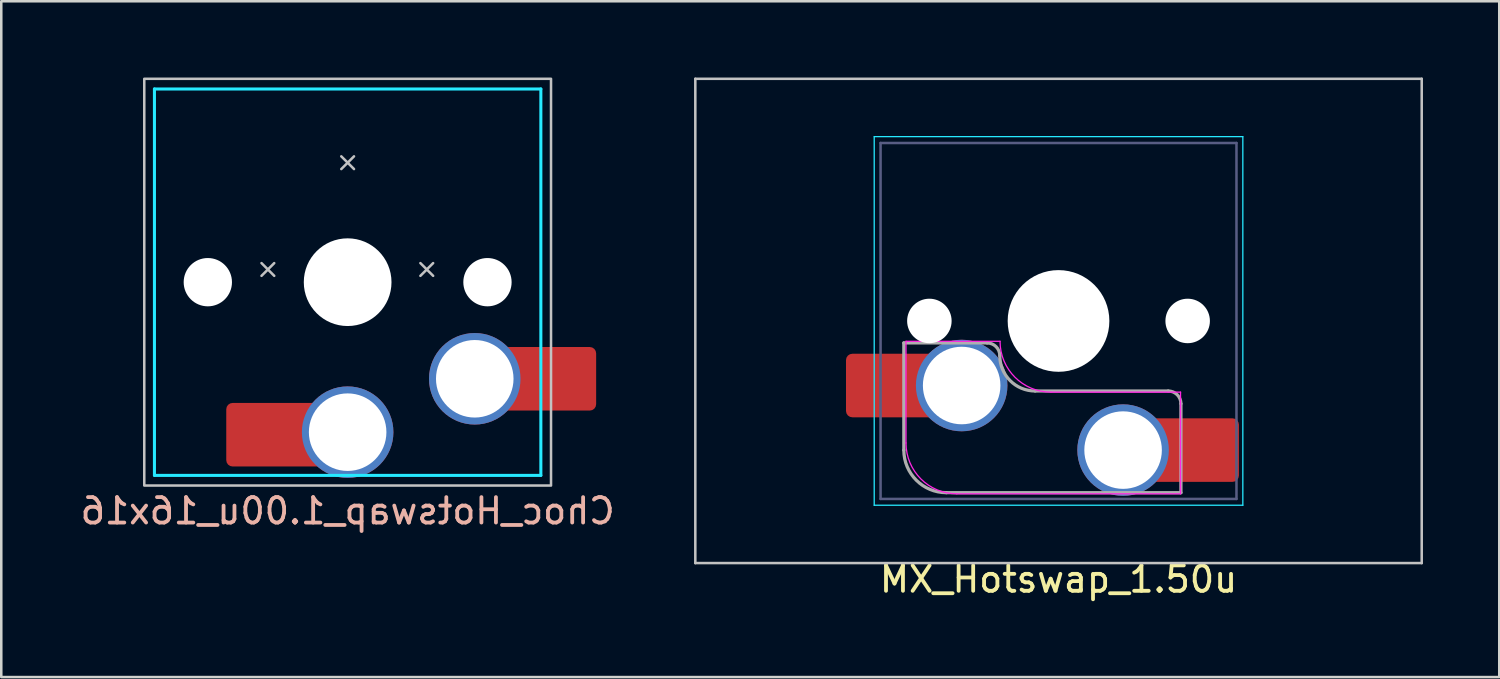
<source format=kicad_pcb>
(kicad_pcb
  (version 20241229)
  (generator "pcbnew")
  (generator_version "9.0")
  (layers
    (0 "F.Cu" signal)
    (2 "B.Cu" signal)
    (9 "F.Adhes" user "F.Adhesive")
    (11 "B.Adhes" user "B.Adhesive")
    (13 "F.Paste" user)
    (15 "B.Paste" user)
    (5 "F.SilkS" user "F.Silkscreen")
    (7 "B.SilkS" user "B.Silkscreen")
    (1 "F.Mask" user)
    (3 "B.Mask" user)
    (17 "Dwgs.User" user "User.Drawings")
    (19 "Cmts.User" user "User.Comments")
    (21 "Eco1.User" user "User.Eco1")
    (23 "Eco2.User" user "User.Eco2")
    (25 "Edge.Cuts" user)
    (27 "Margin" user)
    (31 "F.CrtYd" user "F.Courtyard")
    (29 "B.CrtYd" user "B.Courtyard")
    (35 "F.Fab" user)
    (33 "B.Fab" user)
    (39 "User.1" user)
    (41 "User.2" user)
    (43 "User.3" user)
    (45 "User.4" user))
  (footprint "MX_Hotswap_1.50u"
    (layer "F.Cu")
    (at 37.953 13.385)
    (property "Reference" "MX_Hotswap_1.50u" (at 0.635 6.35 0) (layer "F.SilkS") (effects (font (size 1 1) (thickness 0.15))))
    (attr smd allow_soldermask_bridges)
    (fp_line (start -13.652 -13.335) (end -13.652 5.715) (stroke (width 0.1) (type solid)) (layer "Dwgs.User"))
    (fp_line (start -13.652 5.715) (end 14.922 5.715) (stroke (width 0.1) (type solid)) (layer "Dwgs.User"))
    (fp_line (start 14.922 -13.335) (end -13.652 -13.335) (stroke (width 0.1) (type solid)) (layer "Dwgs.User"))
    (fp_line (start 14.922 5.715) (end 14.922 -13.335) (stroke (width 0.1) (type solid)) (layer "Dwgs.User"))
    (fp_line (start -6.615 -11.06) (end -6.615 3.44) (stroke (width 0.05) (type solid)) (layer "B.CrtYd"))
    (fp_line (start -6.615 3.44) (end 7.885 3.44) (stroke (width 0.05) (type solid)) (layer "B.CrtYd"))
    (fp_line (start 7.885 -11.06) (end -6.615 -11.06) (stroke (width 0.05) (type solid)) (layer "B.CrtYd"))
    (fp_line (start 7.885 3.44) (end 7.885 -11.06) (stroke (width 0.05) (type solid)) (layer "B.CrtYd"))
    (fp_line (start -5.365 0.99) (end -5.365 -3.01) (stroke (width 0.05) (type solid)) (layer "F.CrtYd"))
    (fp_line (start -1.665 -3.01) (end -5.365 -3.01) (stroke (width 0.05) (type solid)) (layer "F.CrtYd"))
    (fp_line (start 5.435 -1.01) (end 0.335 -1.01) (stroke (width 0.05) (type solid)) (layer "F.CrtYd"))
    (fp_line (start 5.435 -1.01) (end 5.435 2.99) (stroke (width 0.05) (type solid)) (layer "F.CrtYd"))
    (fp_line (start 5.435 2.99) (end -3.365 2.99) (stroke (width 0.05) (type solid)) (layer "F.CrtYd"))
    (fp_arc (start -3.365 2.99) (mid -4.779214 2.404214) (end -5.365 0.99) (stroke (width 0.05) (type solid)) (layer "F.CrtYd"))
    (fp_arc (start 0.335 -1.01) (mid -1.079214 -1.595786) (end -1.665 -3.01) (stroke (width 0.05) (type solid)) (layer "F.CrtYd"))
    (fp_line (start -6.365 -10.81) (end -6.365 3.19) (stroke (width 0.1) (type solid)) (layer "B.Fab"))
    (fp_line (start -6.365 3.19) (end 7.635 3.19) (stroke (width 0.1) (type solid)) (layer "B.Fab"))
    (fp_line (start 7.635 -10.81) (end -6.365 -10.81) (stroke (width 0.1) (type solid)) (layer "B.Fab"))
    (fp_line (start 7.635 3.19) (end 7.635 -10.81) (stroke (width 0.1) (type solid)) (layer "B.Fab"))
    (fp_line (start -5.45 -2.945) (end -2.175 -2.945) (stroke (width 0.127) (type solid)) (layer "F.Fab"))
    (fp_line (start -5.45 1.27) (end -5.45 -2.945) (stroke (width 0.127) (type solid)) (layer "F.Fab"))
    (fp_line (start -0.285 -1.055) (end 4.95 -1.055) (stroke (width 0.127) (type solid)) (layer "F.Fab"))
    (fp_line (start 5.45 -0.555) (end 5.45 2.945) (stroke (width 0.127) (type solid)) (layer "F.Fab"))
    (fp_line (start 5.45 2.945) (end -3.775 2.945) (stroke (width 0.127) (type solid)) (layer "F.Fab"))
    (fp_arc (start -3.775 2.945) (mid -4.959404 2.454404) (end -5.45 1.27) (stroke (width 0.127) (type solid)) (layer "F.Fab"))
    (fp_arc (start -2.175 -2.945) (mid -1.821447 -2.798553) (end -1.675 -2.445) (stroke (width 0.127) (type solid)) (layer "F.Fab"))
    (fp_arc (start -0.285 -1.055) (mid -1.267878 -1.462122) (end -1.675 -2.445) (stroke (width 0.127) (type solid)) (layer "F.Fab"))
    (fp_arc (start 4.95 -1.055) (mid 5.303553 -0.908553) (end 5.45 -0.555) (stroke (width 0.127) (type solid)) (layer "F.Fab"))
    (pad "" smd roundrect (at -6.45 -1.27 180) (size 2.55 2.5) (layers "F.Mask" "F.Paste") (roundrect_rratio 0.1))
    (pad "" np_thru_hole circle (at -4.445 -3.81 180) (size 1.75 1.75) (drill 1.75) (layers "*.Cu" "*.Mask"))
    (pad "" np_thru_hole circle (at 0.635 -3.81 180) (size 4 4) (drill 4) (layers "*.Cu" "*.Mask"))
    (pad "" np_thru_hole circle (at 5.715 -3.81 180) (size 1.75 1.75) (drill 1.75) (layers "*.Cu" "*.Mask"))
    (pad "" smd roundrect (at 6.477 1.27 180) (size 2.55 2.5) (layers "F.Mask" "F.Paste") (roundrect_rratio 0.1))
    (pad "1" smd roundrect (at -5.95 -1.27 180) (size 3.55 2.5) (layers "F.Cu") (roundrect_rratio 0.1))
    (pad "1" thru_hole circle (at -3.175 -1.27 180) (size 3.6 3.6) (drill 3.05) (layers "*.Cu" "*.Mask"))
    (pad "2" thru_hole circle (at 3.175 1.27 180) (size 3.6 3.6) (drill 3.05) (layers "*.Cu" "*.Mask"))
    (pad "2" smd roundrect (at 5.955 1.27 180) (size 3.55 2.5) (layers "F.Cu") (roundrect_rratio 0.1)))
  (footprint "Choc_Hotswap_1.00u_16x16"
    (layer "F.Cu")
    (at 13.125 12.9)
    (property "Reference" "Choc_Hotswap_1.00u_16x16" (at -2.5 4.15 180) (layer "B.SilkS") (effects (font (size 1 1) (thickness 0.15)) (justify mirror)))
    (attr smd allow_soldermask_bridges)
    (fp_line (start -5.888 -5.6) (end -5.388 -5.1) (stroke (width 0.1) (type default)) (layer "Dwgs.User"))
    (fp_line (start -5.388 -5.6) (end -5.888 -5.1) (stroke (width 0.1) (type default)) (layer "Dwgs.User"))
    (fp_line (start -2.75 -9.8) (end -2.25 -9.3) (stroke (width 0.1) (type default)) (layer "Dwgs.User"))
    (fp_line (start -2.25 -9.8) (end -2.75 -9.3) (stroke (width 0.1) (type default)) (layer "Dwgs.User"))
    (fp_line (start 0.362 -5.6) (end 0.863 -5.1) (stroke (width 0.1) (type default)) (layer "Dwgs.User"))
    (fp_line (start 0.863 -5.6) (end 0.362 -5.1) (stroke (width 0.1) (type default)) (layer "Dwgs.User"))
    (fp_rect (start -10.5 -12.85) (end 5.5 3.15) (stroke (width 0.1) (type default)) (fill no) (layer "Dwgs.User"))
    (fp_line (start -10.1 -12.45) (end -10.1 2.75) (stroke (width 0.12) (type solid)) (layer "B.CrtYd"))
    (fp_line (start -10.1 2.75) (end 5.1 2.75) (stroke (width 0.12) (type solid)) (layer "B.CrtYd"))
    (fp_line (start 5.1 -12.45) (end -10.1 -12.45) (stroke (width 0.12) (type solid)) (layer "B.CrtYd"))
    (fp_line (start 5.1 2.75) (end 5.1 -12.45) (stroke (width 0.12) (type solid)) (layer "B.CrtYd"))
    (pad "" np_thru_hole circle (at -8 -4.85 180) (size 1.9 1.9) (drill 1.9) (layers "*.Cu" "*.Mask"))
    (pad "" smd roundrect (at -6 1.15 180) (size 2.55 2.5) (layers "F.Mask" "F.Paste") (roundrect_rratio 0.1))
    (pad "" np_thru_hole circle (at -2.5 -4.85 180) (size 3.45 3.45) (drill 3.45) (layers "*.Cu" "*.Mask"))
    (pad "" np_thru_hole circle (at 3 -4.85 180) (size 1.9 1.9) (drill 1.9) (layers "*.Cu" "*.Mask"))
    (pad "" smd roundrect (at 6 -1.05 180) (size 2.55 2.5) (layers "F.Mask" "F.Paste") (roundrect_rratio 0.1))
    (pad "1" smd roundrect (at -5.35 1.15 180) (size 3.85 2.5) (layers "F.Cu") (roundrect_rratio 0.1))
    (pad "1" thru_hole circle (at -2.5 1.05 180) (size 3.6 3.6) (drill 3.05) (layers "*.Cu" "*.Mask"))
    (pad "2" thru_hole circle (at 2.5 -1.05 180) (size 3.6 3.6) (drill 3.05) (layers "*.Cu" "*.Mask"))
    (pad "2" smd roundrect (at 5.35 -1.05 180) (size 3.85 2.5) (layers "F.Cu") (roundrect_rratio 0.1)))
  (gr_rect
    (start -3 -3)
    (end 55.925 23.583)
    (stroke (width 0.1) (type default))
    (fill no)
    (layer "Edge.Cuts")))
</source>
